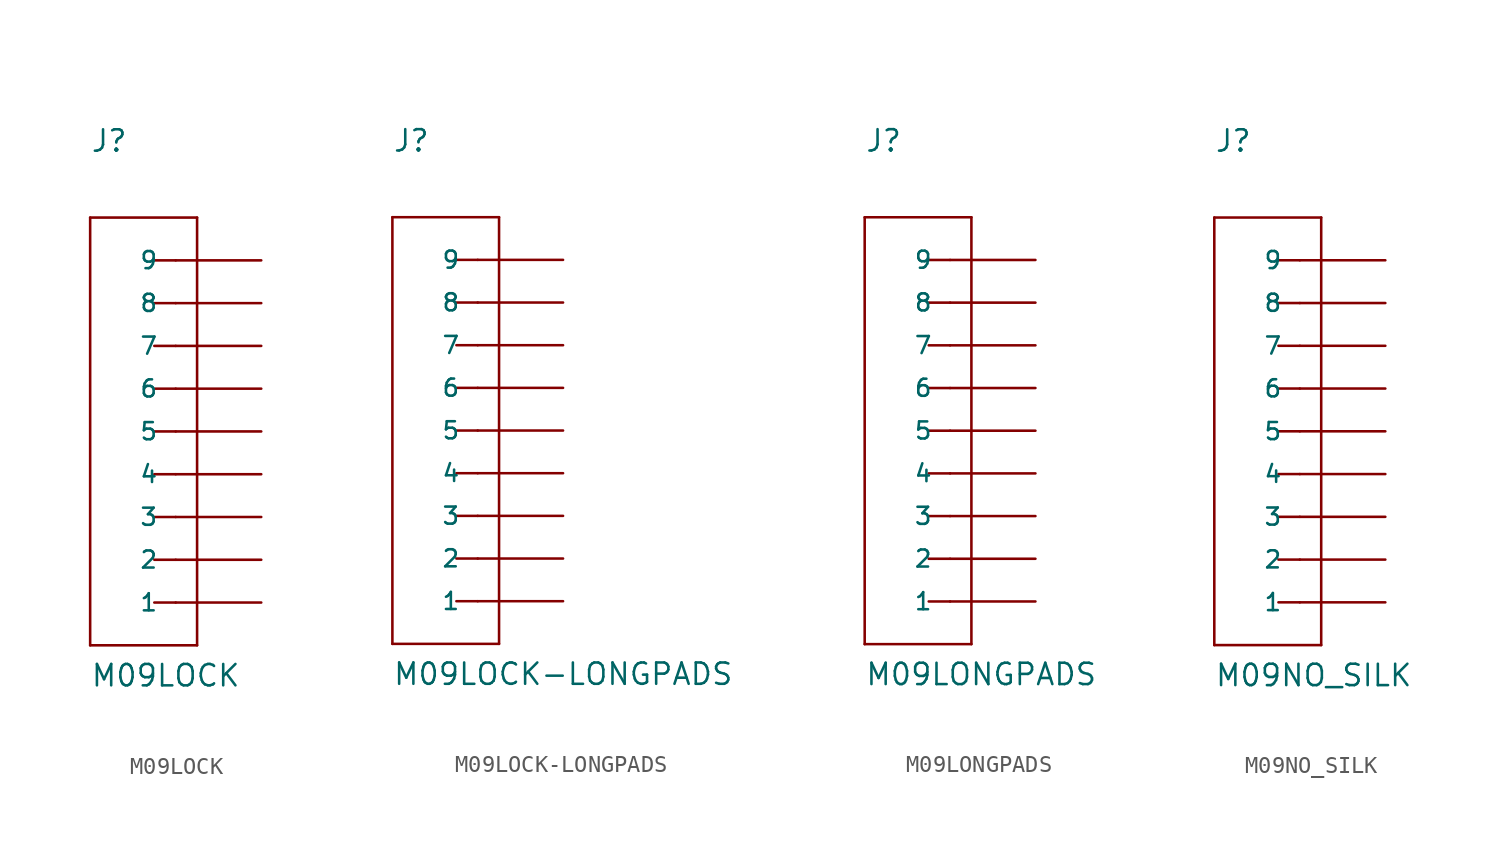
<source format=kicad_sym>
(kicad_symbol_lib
  (version 20211014)
  (generator kicad_symbol_editor)
  (symbol "M09LOCK"
    (pin_numbers hide)
    (pin_names
      (offset 1.016))
    (property "Reference" "J"
      (at 0 16.51 0)
      (effects (font (size 1.27 1.27)) (justify left bottom)))
    (property "Value" "M09LOCK"
      (at 0 -15.24 0)
      (effects (font (size 1.27 1.27)) (justify left bottom)))
    (property "Datasheet" ""
      (at 0 0 0)
      (effects (font (size 1.524 1.524))))
    (property "ki_locked" ""
      (at 0 0 0)
      (effects (font (size 1.27 1.27))))
    (symbol "M09LOCK_1_0"
      (polyline (pts (xy 0 12.7) (xy 0 -12.7)) (stroke (width 0) (type default) (color 0 0 0 0)) (fill (type none)))
      (polyline (pts (xy 0 12.7) (xy 6.35 12.7)) (stroke (width 0) (type default) (color 0 0 0 0)) (fill (type none)))
      (polyline (pts (xy 3.81 -10.16) (xy 5.08 -10.16)) (stroke (width 0) (type default) (color 0 0 0 0)) (fill (type none)))
      (polyline (pts (xy 3.81 -7.62) (xy 5.08 -7.62)) (stroke (width 0) (type default) (color 0 0 0 0)) (fill (type none)))
      (polyline (pts (xy 3.81 -5.08) (xy 5.08 -5.08)) (stroke (width 0) (type default) (color 0 0 0 0)) (fill (type none)))
      (polyline (pts (xy 3.81 -2.54) (xy 5.08 -2.54)) (stroke (width 0) (type default) (color 0 0 0 0)) (fill (type none)))
      (polyline (pts (xy 3.81 0) (xy 5.08 0)) (stroke (width 0) (type default) (color 0 0 0 0)) (fill (type none)))
      (polyline (pts (xy 3.81 2.54) (xy 5.08 2.54)) (stroke (width 0) (type default) (color 0 0 0 0)) (fill (type none)))
      (polyline (pts (xy 3.81 5.08) (xy 5.08 5.08)) (stroke (width 0) (type default) (color 0 0 0 0)) (fill (type none)))
      (polyline (pts (xy 3.81 7.62) (xy 5.08 7.62)) (stroke (width 0) (type default) (color 0 0 0 0)) (fill (type none)))
      (polyline (pts (xy 3.81 10.16) (xy 5.08 10.16)) (stroke (width 0) (type default) (color 0 0 0 0)) (fill (type none)))
      (polyline (pts (xy 6.35 -12.7) (xy 0 -12.7)) (stroke (width 0) (type default) (color 0 0 0 0)) (fill (type none)))
      (polyline (pts (xy 6.35 -12.7) (xy 6.35 12.7)) (stroke (width 0) (type default) (color 0 0 0 0)) (fill (type none))))
    (symbol "M09LOCK_1_1"
      (pin passive line (at 10.16 -10.16 180) (length 5.08) (name "1" (effects (font (size 1.016 1.016)))) (number "1" (effects (font (size 1.016 1.016)))))
      (pin passive line (at 10.16 -7.62 180) (length 5.08) (name "2" (effects (font (size 1.016 1.016)))) (number "2" (effects (font (size 1.016 1.016)))))
      (pin passive line (at 10.16 -5.08 180) (length 5.08) (name "3" (effects (font (size 1.016 1.016)))) (number "3" (effects (font (size 1.016 1.016)))))
      (pin passive line (at 10.16 -2.54 180) (length 5.08) (name "4" (effects (font (size 1.016 1.016)))) (number "4" (effects (font (size 1.016 1.016)))))
      (pin passive line (at 10.16 0 180) (length 5.08) (name "5" (effects (font (size 1.016 1.016)))) (number "5" (effects (font (size 1.016 1.016)))))
      (pin passive line (at 10.16 2.54 180) (length 5.08) (name "6" (effects (font (size 1.016 1.016)))) (number "6" (effects (font (size 1.016 1.016)))))
      (pin passive line (at 10.16 5.08 180) (length 5.08) (name "7" (effects (font (size 1.016 1.016)))) (number "7" (effects (font (size 1.016 1.016)))))
      (pin passive line (at 10.16 7.62 180) (length 5.08) (name "8" (effects (font (size 1.016 1.016)))) (number "8" (effects (font (size 1.016 1.016)))))
      (pin passive line (at 10.16 10.16 180) (length 5.08) (name "9" (effects (font (size 1.016 1.016)))) (number "9" (effects (font (size 1.016 1.016)))))))
  (symbol "M09LOCK-LONGPADS"
    (pin_numbers hide)
    (pin_names
      (offset 1.016))
    (property "Reference" "J"
      (at 0 16.51 0)
      (effects (font (size 1.27 1.27)) (justify left bottom)))
    (property "Value" "M09LOCK-LONGPADS"
      (at 0 -15.24 0)
      (effects (font (size 1.27 1.27)) (justify left bottom)))
    (property "Datasheet" ""
      (at 0 0 0)
      (effects (font (size 1.524 1.524))))
    (property "ki_locked" ""
      (at 0 0 0)
      (effects (font (size 1.27 1.27))))
    (symbol "M09LOCK-LONGPADS_1_0"
      (polyline (pts (xy 0 12.7) (xy 0 -12.7)) (stroke (width 0) (type default) (color 0 0 0 0)) (fill (type none)))
      (polyline (pts (xy 0 12.7) (xy 6.35 12.7)) (stroke (width 0) (type default) (color 0 0 0 0)) (fill (type none)))
      (polyline (pts (xy 3.81 -10.16) (xy 5.08 -10.16)) (stroke (width 0) (type default) (color 0 0 0 0)) (fill (type none)))
      (polyline (pts (xy 3.81 -7.62) (xy 5.08 -7.62)) (stroke (width 0) (type default) (color 0 0 0 0)) (fill (type none)))
      (polyline (pts (xy 3.81 -5.08) (xy 5.08 -5.08)) (stroke (width 0) (type default) (color 0 0 0 0)) (fill (type none)))
      (polyline (pts (xy 3.81 -2.54) (xy 5.08 -2.54)) (stroke (width 0) (type default) (color 0 0 0 0)) (fill (type none)))
      (polyline (pts (xy 3.81 0) (xy 5.08 0)) (stroke (width 0) (type default) (color 0 0 0 0)) (fill (type none)))
      (polyline (pts (xy 3.81 2.54) (xy 5.08 2.54)) (stroke (width 0) (type default) (color 0 0 0 0)) (fill (type none)))
      (polyline (pts (xy 3.81 5.08) (xy 5.08 5.08)) (stroke (width 0) (type default) (color 0 0 0 0)) (fill (type none)))
      (polyline (pts (xy 3.81 7.62) (xy 5.08 7.62)) (stroke (width 0) (type default) (color 0 0 0 0)) (fill (type none)))
      (polyline (pts (xy 3.81 10.16) (xy 5.08 10.16)) (stroke (width 0) (type default) (color 0 0 0 0)) (fill (type none)))
      (polyline (pts (xy 6.35 -12.7) (xy 0 -12.7)) (stroke (width 0) (type default) (color 0 0 0 0)) (fill (type none)))
      (polyline (pts (xy 6.35 -12.7) (xy 6.35 12.7)) (stroke (width 0) (type default) (color 0 0 0 0)) (fill (type none))))
    (symbol "M09LOCK-LONGPADS_1_1"
      (pin passive line (at 10.16 -10.16 180) (length 5.08) (name "1" (effects (font (size 1.016 1.016)))) (number "1" (effects (font (size 1.016 1.016)))))
      (pin passive line (at 10.16 -7.62 180) (length 5.08) (name "2" (effects (font (size 1.016 1.016)))) (number "2" (effects (font (size 1.016 1.016)))))
      (pin passive line (at 10.16 -5.08 180) (length 5.08) (name "3" (effects (font (size 1.016 1.016)))) (number "3" (effects (font (size 1.016 1.016)))))
      (pin passive line (at 10.16 -2.54 180) (length 5.08) (name "4" (effects (font (size 1.016 1.016)))) (number "4" (effects (font (size 1.016 1.016)))))
      (pin passive line (at 10.16 0 180) (length 5.08) (name "5" (effects (font (size 1.016 1.016)))) (number "5" (effects (font (size 1.016 1.016)))))
      (pin passive line (at 10.16 2.54 180) (length 5.08) (name "6" (effects (font (size 1.016 1.016)))) (number "6" (effects (font (size 1.016 1.016)))))
      (pin passive line (at 10.16 5.08 180) (length 5.08) (name "7" (effects (font (size 1.016 1.016)))) (number "7" (effects (font (size 1.016 1.016)))))
      (pin passive line (at 10.16 7.62 180) (length 5.08) (name "8" (effects (font (size 1.016 1.016)))) (number "8" (effects (font (size 1.016 1.016)))))
      (pin passive line (at 10.16 10.16 180) (length 5.08) (name "9" (effects (font (size 1.016 1.016)))) (number "9" (effects (font (size 1.016 1.016)))))))
  (symbol "M09LONGPADS"
    (pin_numbers hide)
    (pin_names
      (offset 1.016))
    (property "Reference" "J"
      (at 0 16.51 0)
      (effects (font (size 1.27 1.27)) (justify left bottom)))
    (property "Value" "M09LONGPADS"
      (at 0 -15.24 0)
      (effects (font (size 1.27 1.27)) (justify left bottom)))
    (property "Datasheet" ""
      (at 0 0 0)
      (effects (font (size 1.524 1.524))))
    (property "ki_locked" ""
      (at 0 0 0)
      (effects (font (size 1.27 1.27))))
    (symbol "M09LONGPADS_1_0"
      (polyline (pts (xy 0 12.7) (xy 0 -12.7)) (stroke (width 0) (type default) (color 0 0 0 0)) (fill (type none)))
      (polyline (pts (xy 0 12.7) (xy 6.35 12.7)) (stroke (width 0) (type default) (color 0 0 0 0)) (fill (type none)))
      (polyline (pts (xy 3.81 -10.16) (xy 5.08 -10.16)) (stroke (width 0) (type default) (color 0 0 0 0)) (fill (type none)))
      (polyline (pts (xy 3.81 -7.62) (xy 5.08 -7.62)) (stroke (width 0) (type default) (color 0 0 0 0)) (fill (type none)))
      (polyline (pts (xy 3.81 -5.08) (xy 5.08 -5.08)) (stroke (width 0) (type default) (color 0 0 0 0)) (fill (type none)))
      (polyline (pts (xy 3.81 -2.54) (xy 5.08 -2.54)) (stroke (width 0) (type default) (color 0 0 0 0)) (fill (type none)))
      (polyline (pts (xy 3.81 0) (xy 5.08 0)) (stroke (width 0) (type default) (color 0 0 0 0)) (fill (type none)))
      (polyline (pts (xy 3.81 2.54) (xy 5.08 2.54)) (stroke (width 0) (type default) (color 0 0 0 0)) (fill (type none)))
      (polyline (pts (xy 3.81 5.08) (xy 5.08 5.08)) (stroke (width 0) (type default) (color 0 0 0 0)) (fill (type none)))
      (polyline (pts (xy 3.81 7.62) (xy 5.08 7.62)) (stroke (width 0) (type default) (color 0 0 0 0)) (fill (type none)))
      (polyline (pts (xy 3.81 10.16) (xy 5.08 10.16)) (stroke (width 0) (type default) (color 0 0 0 0)) (fill (type none)))
      (polyline (pts (xy 6.35 -12.7) (xy 0 -12.7)) (stroke (width 0) (type default) (color 0 0 0 0)) (fill (type none)))
      (polyline (pts (xy 6.35 -12.7) (xy 6.35 12.7)) (stroke (width 0) (type default) (color 0 0 0 0)) (fill (type none))))
    (symbol "M09LONGPADS_1_1"
      (pin passive line (at 10.16 -10.16 180) (length 5.08) (name "1" (effects (font (size 1.016 1.016)))) (number "1" (effects (font (size 1.016 1.016)))))
      (pin passive line (at 10.16 -7.62 180) (length 5.08) (name "2" (effects (font (size 1.016 1.016)))) (number "2" (effects (font (size 1.016 1.016)))))
      (pin passive line (at 10.16 -5.08 180) (length 5.08) (name "3" (effects (font (size 1.016 1.016)))) (number "3" (effects (font (size 1.016 1.016)))))
      (pin passive line (at 10.16 -2.54 180) (length 5.08) (name "4" (effects (font (size 1.016 1.016)))) (number "4" (effects (font (size 1.016 1.016)))))
      (pin passive line (at 10.16 0 180) (length 5.08) (name "5" (effects (font (size 1.016 1.016)))) (number "5" (effects (font (size 1.016 1.016)))))
      (pin passive line (at 10.16 2.54 180) (length 5.08) (name "6" (effects (font (size 1.016 1.016)))) (number "6" (effects (font (size 1.016 1.016)))))
      (pin passive line (at 10.16 5.08 180) (length 5.08) (name "7" (effects (font (size 1.016 1.016)))) (number "7" (effects (font (size 1.016 1.016)))))
      (pin passive line (at 10.16 7.62 180) (length 5.08) (name "8" (effects (font (size 1.016 1.016)))) (number "8" (effects (font (size 1.016 1.016)))))
      (pin passive line (at 10.16 10.16 180) (length 5.08) (name "9" (effects (font (size 1.016 1.016)))) (number "9" (effects (font (size 1.016 1.016)))))))
  (symbol "M09NO_SILK"
    (pin_numbers hide)
    (pin_names
      (offset 1.016))
    (property "Reference" "J"
      (at 0 16.51 0)
      (effects (font (size 1.27 1.27)) (justify left bottom)))
    (property "Value" "M09NO_SILK"
      (at 0 -15.24 0)
      (effects (font (size 1.27 1.27)) (justify left bottom)))
    (property "Datasheet" ""
      (at 0 0 0)
      (effects (font (size 1.524 1.524))))
    (property "ki_locked" ""
      (at 0 0 0)
      (effects (font (size 1.27 1.27))))
    (symbol "M09NO_SILK_1_0"
      (polyline (pts (xy 0 12.7) (xy 0 -12.7)) (stroke (width 0) (type default) (color 0 0 0 0)) (fill (type none)))
      (polyline (pts (xy 0 12.7) (xy 6.35 12.7)) (stroke (width 0) (type default) (color 0 0 0 0)) (fill (type none)))
      (polyline (pts (xy 3.81 -10.16) (xy 5.08 -10.16)) (stroke (width 0) (type default) (color 0 0 0 0)) (fill (type none)))
      (polyline (pts (xy 3.81 -7.62) (xy 5.08 -7.62)) (stroke (width 0) (type default) (color 0 0 0 0)) (fill (type none)))
      (polyline (pts (xy 3.81 -5.08) (xy 5.08 -5.08)) (stroke (width 0) (type default) (color 0 0 0 0)) (fill (type none)))
      (polyline (pts (xy 3.81 -2.54) (xy 5.08 -2.54)) (stroke (width 0) (type default) (color 0 0 0 0)) (fill (type none)))
      (polyline (pts (xy 3.81 0) (xy 5.08 0)) (stroke (width 0) (type default) (color 0 0 0 0)) (fill (type none)))
      (polyline (pts (xy 3.81 2.54) (xy 5.08 2.54)) (stroke (width 0) (type default) (color 0 0 0 0)) (fill (type none)))
      (polyline (pts (xy 3.81 5.08) (xy 5.08 5.08)) (stroke (width 0) (type default) (color 0 0 0 0)) (fill (type none)))
      (polyline (pts (xy 3.81 7.62) (xy 5.08 7.62)) (stroke (width 0) (type default) (color 0 0 0 0)) (fill (type none)))
      (polyline (pts (xy 3.81 10.16) (xy 5.08 10.16)) (stroke (width 0) (type default) (color 0 0 0 0)) (fill (type none)))
      (polyline (pts (xy 6.35 -12.7) (xy 0 -12.7)) (stroke (width 0) (type default) (color 0 0 0 0)) (fill (type none)))
      (polyline (pts (xy 6.35 -12.7) (xy 6.35 12.7)) (stroke (width 0) (type default) (color 0 0 0 0)) (fill (type none))))
    (symbol "M09NO_SILK_1_1"
      (pin passive line (at 10.16 -10.16 180) (length 5.08) (name "1" (effects (font (size 1.016 1.016)))) (number "1" (effects (font (size 1.016 1.016)))))
      (pin passive line (at 10.16 -7.62 180) (length 5.08) (name "2" (effects (font (size 1.016 1.016)))) (number "2" (effects (font (size 1.016 1.016)))))
      (pin passive line (at 10.16 -5.08 180) (length 5.08) (name "3" (effects (font (size 1.016 1.016)))) (number "3" (effects (font (size 1.016 1.016)))))
      (pin passive line (at 10.16 -2.54 180) (length 5.08) (name "4" (effects (font (size 1.016 1.016)))) (number "4" (effects (font (size 1.016 1.016)))))
      (pin passive line (at 10.16 0 180) (length 5.08) (name "5" (effects (font (size 1.016 1.016)))) (number "5" (effects (font (size 1.016 1.016)))))
      (pin passive line (at 10.16 2.54 180) (length 5.08) (name "6" (effects (font (size 1.016 1.016)))) (number "6" (effects (font (size 1.016 1.016)))))
      (pin passive line (at 10.16 5.08 180) (length 5.08) (name "7" (effects (font (size 1.016 1.016)))) (number "7" (effects (font (size 1.016 1.016)))))
      (pin passive line (at 10.16 7.62 180) (length 5.08) (name "8" (effects (font (size 1.016 1.016)))) (number "8" (effects (font (size 1.016 1.016)))))
      (pin passive line (at 10.16 10.16 180) (length 5.08) (name "9" (effects (font (size 1.016 1.016)))) (number "9" (effects (font (size 1.016 1.016))))))))
</source>
